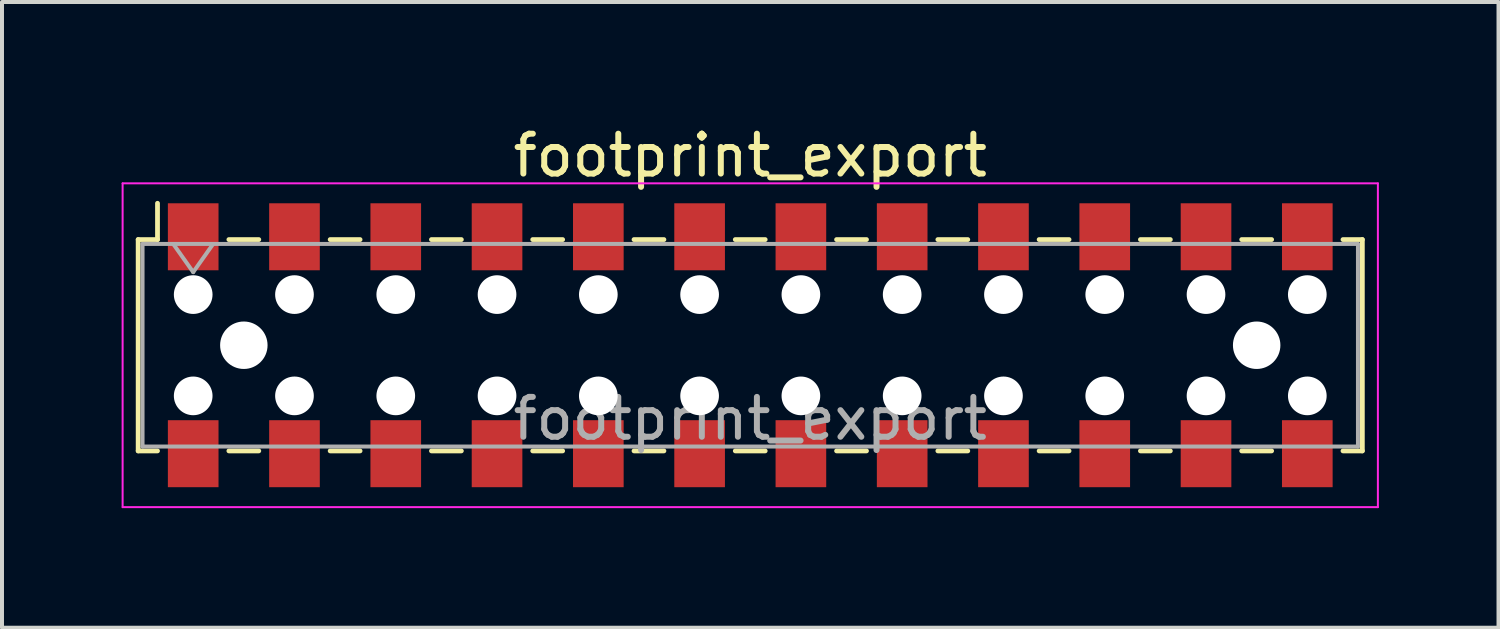
<source format=kicad_pcb>
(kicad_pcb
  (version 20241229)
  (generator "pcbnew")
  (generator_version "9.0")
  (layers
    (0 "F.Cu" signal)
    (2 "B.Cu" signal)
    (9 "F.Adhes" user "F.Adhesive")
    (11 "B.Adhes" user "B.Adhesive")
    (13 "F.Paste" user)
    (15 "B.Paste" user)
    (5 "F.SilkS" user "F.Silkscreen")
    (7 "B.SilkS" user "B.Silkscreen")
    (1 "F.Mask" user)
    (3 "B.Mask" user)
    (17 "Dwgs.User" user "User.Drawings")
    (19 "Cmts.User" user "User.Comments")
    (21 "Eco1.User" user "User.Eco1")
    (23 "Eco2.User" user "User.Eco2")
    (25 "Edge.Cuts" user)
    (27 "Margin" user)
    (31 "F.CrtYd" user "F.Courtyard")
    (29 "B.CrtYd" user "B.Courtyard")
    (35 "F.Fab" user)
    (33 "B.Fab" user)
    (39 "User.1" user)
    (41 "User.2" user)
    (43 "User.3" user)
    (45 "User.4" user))
  (footprint "footprint_export"
    (layer "F.Cu")
    (at 15.765 5.608)
    (property "Reference" "footprint_export" (at 0 -4.76 0) (layer "F.SilkS") (effects (font (size 1 1) (thickness 0.15))))
    (attr smd)
    (fp_line (start -15.35 -2.65) (end -15.35 2.65) (stroke (width 0.12) (type solid)) (layer "F.SilkS"))
    (fp_line (start -15.35 2.65) (end -14.865 2.65) (stroke (width 0.12) (type solid)) (layer "F.SilkS"))
    (fp_line (start -14.865 -3.56) (end -14.865 -2.65) (stroke (width 0.12) (type solid)) (layer "F.SilkS"))
    (fp_line (start -14.865 -2.65) (end -15.35 -2.65) (stroke (width 0.12) (type solid)) (layer "F.SilkS"))
    (fp_line (start -13.075 -2.65) (end -12.325 -2.65) (stroke (width 0.12) (type solid)) (layer "F.SilkS"))
    (fp_line (start -13.075 2.65) (end -12.325 2.65) (stroke (width 0.12) (type solid)) (layer "F.SilkS"))
    (fp_line (start -10.535 -2.65) (end -9.785 -2.65) (stroke (width 0.12) (type solid)) (layer "F.SilkS"))
    (fp_line (start -10.535 2.65) (end -9.785 2.65) (stroke (width 0.12) (type solid)) (layer "F.SilkS"))
    (fp_line (start -7.995 -2.65) (end -7.245 -2.65) (stroke (width 0.12) (type solid)) (layer "F.SilkS"))
    (fp_line (start -7.995 2.65) (end -7.245 2.65) (stroke (width 0.12) (type solid)) (layer "F.SilkS"))
    (fp_line (start -5.455 -2.65) (end -4.705 -2.65) (stroke (width 0.12) (type solid)) (layer "F.SilkS"))
    (fp_line (start -5.455 2.65) (end -4.705 2.65) (stroke (width 0.12) (type solid)) (layer "F.SilkS"))
    (fp_line (start -2.915 -2.65) (end -2.165 -2.65) (stroke (width 0.12) (type solid)) (layer "F.SilkS"))
    (fp_line (start -2.915 2.65) (end -2.165 2.65) (stroke (width 0.12) (type solid)) (layer "F.SilkS"))
    (fp_line (start -0.375 -2.65) (end 0.375 -2.65) (stroke (width 0.12) (type solid)) (layer "F.SilkS"))
    (fp_line (start -0.375 2.65) (end 0.375 2.65) (stroke (width 0.12) (type solid)) (layer "F.SilkS"))
    (fp_line (start 2.165 -2.65) (end 2.915 -2.65) (stroke (width 0.12) (type solid)) (layer "F.SilkS"))
    (fp_line (start 2.165 2.65) (end 2.915 2.65) (stroke (width 0.12) (type solid)) (layer "F.SilkS"))
    (fp_line (start 4.705 -2.65) (end 5.455 -2.65) (stroke (width 0.12) (type solid)) (layer "F.SilkS"))
    (fp_line (start 4.705 2.65) (end 5.455 2.65) (stroke (width 0.12) (type solid)) (layer "F.SilkS"))
    (fp_line (start 7.245 -2.65) (end 7.995 -2.65) (stroke (width 0.12) (type solid)) (layer "F.SilkS"))
    (fp_line (start 7.245 2.65) (end 7.995 2.65) (stroke (width 0.12) (type solid)) (layer "F.SilkS"))
    (fp_line (start 9.785 -2.65) (end 10.535 -2.65) (stroke (width 0.12) (type solid)) (layer "F.SilkS"))
    (fp_line (start 9.785 2.65) (end 10.535 2.65) (stroke (width 0.12) (type solid)) (layer "F.SilkS"))
    (fp_line (start 12.325 -2.65) (end 13.075 -2.65) (stroke (width 0.12) (type solid)) (layer "F.SilkS"))
    (fp_line (start 12.325 2.65) (end 13.075 2.65) (stroke (width 0.12) (type solid)) (layer "F.SilkS"))
    (fp_line (start 14.865 -2.65) (end 15.35 -2.65) (stroke (width 0.12) (type solid)) (layer "F.SilkS"))
    (fp_line (start 15.35 -2.65) (end 15.35 2.65) (stroke (width 0.12) (type solid)) (layer "F.SilkS"))
    (fp_line (start 15.35 2.65) (end 14.865 2.65) (stroke (width 0.12) (type solid)) (layer "F.SilkS"))
    (fp_line (start -15.74 -4.06) (end 15.74 -4.06) (stroke (width 0.05) (type solid)) (layer "F.CrtYd"))
    (fp_line (start -15.74 4.06) (end -15.74 -4.06) (stroke (width 0.05) (type solid)) (layer "F.CrtYd"))
    (fp_line (start 15.74 -4.06) (end 15.74 4.06) (stroke (width 0.05) (type solid)) (layer "F.CrtYd"))
    (fp_line (start 15.74 4.06) (end -15.74 4.06) (stroke (width 0.05) (type solid)) (layer "F.CrtYd"))
    (fp_line (start -15.24 -2.54) (end 15.24 -2.54) (stroke (width 0.1) (type solid)) (layer "F.Fab"))
    (fp_line (start -15.24 2.54) (end -15.24 -2.54) (stroke (width 0.1) (type solid)) (layer "F.Fab"))
    (fp_line (start -14.47 -2.54) (end -13.97 -1.833) (stroke (width 0.1) (type solid)) (layer "F.Fab"))
    (fp_line (start -13.97 -1.833) (end -13.47 -2.54) (stroke (width 0.1) (type solid)) (layer "F.Fab"))
    (fp_line (start 15.24 -2.54) (end 15.24 2.54) (stroke (width 0.1) (type solid)) (layer "F.Fab"))
    (fp_line (start 15.24 2.54) (end -15.24 2.54) (stroke (width 0.1) (type solid)) (layer "F.Fab"))
    (fp_text user "${REFERENCE}" (at 0 1.84 0) (layer "F.Fab") (effects (font (size 1 1) (thickness 0.15))))
    (pad "" np_thru_hole circle (at -13.97 -1.27) (size 0.97 0.97) (drill 0.97) (layers "*.Cu" "*.Mask"))
    (pad "" np_thru_hole circle (at -13.97 1.27) (size 0.97 0.97) (drill 0.97) (layers "*.Cu" "*.Mask"))
    (pad "" np_thru_hole circle (at -12.7 0) (size 1.19 1.19) (drill 1.19) (layers "*.Cu" "*.Mask"))
    (pad "" np_thru_hole circle (at -11.43 -1.27) (size 0.97 0.97) (drill 0.97) (layers "*.Cu" "*.Mask"))
    (pad "" np_thru_hole circle (at -11.43 1.27) (size 0.97 0.97) (drill 0.97) (layers "*.Cu" "*.Mask"))
    (pad "" np_thru_hole circle (at -8.89 -1.27) (size 0.97 0.97) (drill 0.97) (layers "*.Cu" "*.Mask"))
    (pad "" np_thru_hole circle (at -8.89 1.27) (size 0.97 0.97) (drill 0.97) (layers "*.Cu" "*.Mask"))
    (pad "" np_thru_hole circle (at -6.35 -1.27) (size 0.97 0.97) (drill 0.97) (layers "*.Cu" "*.Mask"))
    (pad "" np_thru_hole circle (at -6.35 1.27) (size 0.97 0.97) (drill 0.97) (layers "*.Cu" "*.Mask"))
    (pad "" np_thru_hole circle (at -3.81 -1.27) (size 0.97 0.97) (drill 0.97) (layers "*.Cu" "*.Mask"))
    (pad "" np_thru_hole circle (at -3.81 1.27) (size 0.97 0.97) (drill 0.97) (layers "*.Cu" "*.Mask"))
    (pad "" np_thru_hole circle (at -1.27 -1.27) (size 0.97 0.97) (drill 0.97) (layers "*.Cu" "*.Mask"))
    (pad "" np_thru_hole circle (at -1.27 1.27) (size 0.97 0.97) (drill 0.97) (layers "*.Cu" "*.Mask"))
    (pad "" np_thru_hole circle (at 1.27 -1.27) (size 0.97 0.97) (drill 0.97) (layers "*.Cu" "*.Mask"))
    (pad "" np_thru_hole circle (at 1.27 1.27) (size 0.97 0.97) (drill 0.97) (layers "*.Cu" "*.Mask"))
    (pad "" np_thru_hole circle (at 3.81 -1.27) (size 0.97 0.97) (drill 0.97) (layers "*.Cu" "*.Mask"))
    (pad "" np_thru_hole circle (at 3.81 1.27) (size 0.97 0.97) (drill 0.97) (layers "*.Cu" "*.Mask"))
    (pad "" np_thru_hole circle (at 6.35 -1.27) (size 0.97 0.97) (drill 0.97) (layers "*.Cu" "*.Mask"))
    (pad "" np_thru_hole circle (at 6.35 1.27) (size 0.97 0.97) (drill 0.97) (layers "*.Cu" "*.Mask"))
    (pad "" np_thru_hole circle (at 8.89 -1.27) (size 0.97 0.97) (drill 0.97) (layers "*.Cu" "*.Mask"))
    (pad "" np_thru_hole circle (at 8.89 1.27) (size 0.97 0.97) (drill 0.97) (layers "*.Cu" "*.Mask"))
    (pad "" np_thru_hole circle (at 11.43 -1.27) (size 0.97 0.97) (drill 0.97) (layers "*.Cu" "*.Mask"))
    (pad "" np_thru_hole circle (at 11.43 1.27) (size 0.97 0.97) (drill 0.97) (layers "*.Cu" "*.Mask"))
    (pad "" np_thru_hole circle (at 12.7 0) (size 1.19 1.19) (drill 1.19) (layers "*.Cu" "*.Mask"))
    (pad "" np_thru_hole circle (at 13.97 -1.27) (size 0.97 0.97) (drill 0.97) (layers "*.Cu" "*.Mask"))
    (pad "" np_thru_hole circle (at 13.97 1.27) (size 0.97 0.97) (drill 0.97) (layers "*.Cu" "*.Mask"))
    (pad "1" smd rect (at -13.97 -2.72) (size 1.27 1.68) (layers "F.Cu" "F.Mask" "F.Paste"))
    (pad "2" smd rect (at -13.97 2.72) (size 1.27 1.68) (layers "F.Cu" "F.Mask" "F.Paste"))
    (pad "3" smd rect (at -11.43 -2.72) (size 1.27 1.68) (layers "F.Cu" "F.Mask" "F.Paste"))
    (pad "4" smd rect (at -11.43 2.72) (size 1.27 1.68) (layers "F.Cu" "F.Mask" "F.Paste"))
    (pad "5" smd rect (at -8.89 -2.72) (size 1.27 1.68) (layers "F.Cu" "F.Mask" "F.Paste"))
    (pad "6" smd rect (at -8.89 2.72) (size 1.27 1.68) (layers "F.Cu" "F.Mask" "F.Paste"))
    (pad "7" smd rect (at -6.35 -2.72) (size 1.27 1.68) (layers "F.Cu" "F.Mask" "F.Paste"))
    (pad "8" smd rect (at -6.35 2.72) (size 1.27 1.68) (layers "F.Cu" "F.Mask" "F.Paste"))
    (pad "9" smd rect (at -3.81 -2.72) (size 1.27 1.68) (layers "F.Cu" "F.Mask" "F.Paste"))
    (pad "10" smd rect (at -3.81 2.72) (size 1.27 1.68) (layers "F.Cu" "F.Mask" "F.Paste"))
    (pad "11" smd rect (at -1.27 -2.72) (size 1.27 1.68) (layers "F.Cu" "F.Mask" "F.Paste"))
    (pad "12" smd rect (at -1.27 2.72) (size 1.27 1.68) (layers "F.Cu" "F.Mask" "F.Paste"))
    (pad "13" smd rect (at 1.27 -2.72) (size 1.27 1.68) (layers "F.Cu" "F.Mask" "F.Paste"))
    (pad "14" smd rect (at 1.27 2.72) (size 1.27 1.68) (layers "F.Cu" "F.Mask" "F.Paste"))
    (pad "15" smd rect (at 3.81 -2.72) (size 1.27 1.68) (layers "F.Cu" "F.Mask" "F.Paste"))
    (pad "16" smd rect (at 3.81 2.72) (size 1.27 1.68) (layers "F.Cu" "F.Mask" "F.Paste"))
    (pad "17" smd rect (at 6.35 -2.72) (size 1.27 1.68) (layers "F.Cu" "F.Mask" "F.Paste"))
    (pad "18" smd rect (at 6.35 2.72) (size 1.27 1.68) (layers "F.Cu" "F.Mask" "F.Paste"))
    (pad "19" smd rect (at 8.89 -2.72) (size 1.27 1.68) (layers "F.Cu" "F.Mask" "F.Paste"))
    (pad "20" smd rect (at 8.89 2.72) (size 1.27 1.68) (layers "F.Cu" "F.Mask" "F.Paste"))
    (pad "21" smd rect (at 11.43 -2.72) (size 1.27 1.68) (layers "F.Cu" "F.Mask" "F.Paste"))
    (pad "22" smd rect (at 11.43 2.72) (size 1.27 1.68) (layers "F.Cu" "F.Mask" "F.Paste"))
    (pad "23" smd rect (at 13.97 -2.72) (size 1.27 1.68) (layers "F.Cu" "F.Mask" "F.Paste"))
    (pad "24" smd rect (at 13.97 2.72) (size 1.27 1.68) (layers "F.Cu" "F.Mask" "F.Paste")))
  (gr_rect
    (start -3 -3)
    (end 34.53 12.693)
    (stroke (width 0.1) (type default))
    (fill no)
    (layer "Edge.Cuts")))
</source>
